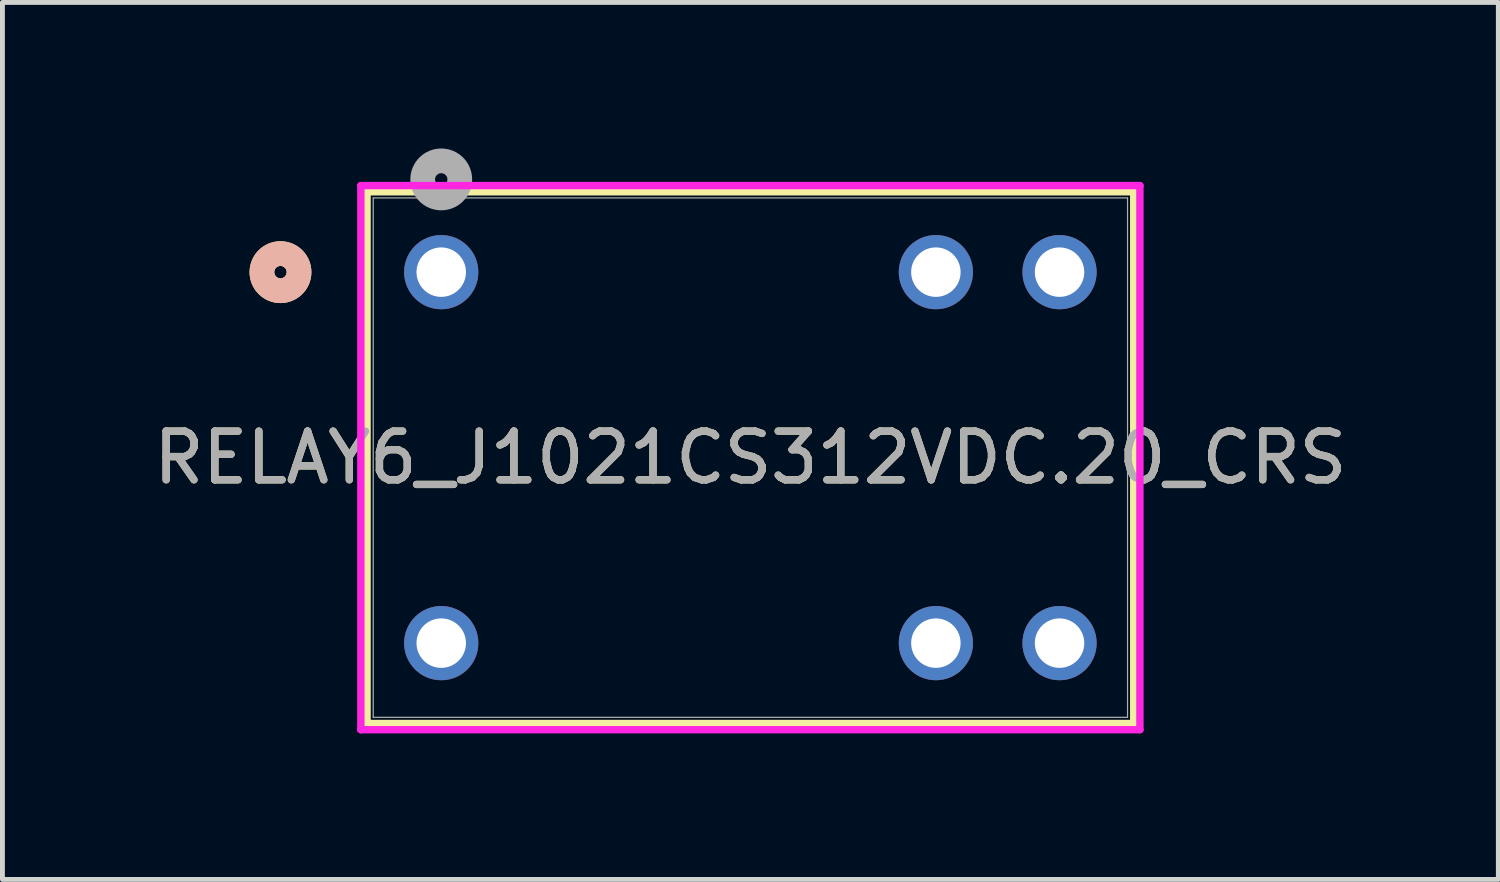
<source format=kicad_pcb>
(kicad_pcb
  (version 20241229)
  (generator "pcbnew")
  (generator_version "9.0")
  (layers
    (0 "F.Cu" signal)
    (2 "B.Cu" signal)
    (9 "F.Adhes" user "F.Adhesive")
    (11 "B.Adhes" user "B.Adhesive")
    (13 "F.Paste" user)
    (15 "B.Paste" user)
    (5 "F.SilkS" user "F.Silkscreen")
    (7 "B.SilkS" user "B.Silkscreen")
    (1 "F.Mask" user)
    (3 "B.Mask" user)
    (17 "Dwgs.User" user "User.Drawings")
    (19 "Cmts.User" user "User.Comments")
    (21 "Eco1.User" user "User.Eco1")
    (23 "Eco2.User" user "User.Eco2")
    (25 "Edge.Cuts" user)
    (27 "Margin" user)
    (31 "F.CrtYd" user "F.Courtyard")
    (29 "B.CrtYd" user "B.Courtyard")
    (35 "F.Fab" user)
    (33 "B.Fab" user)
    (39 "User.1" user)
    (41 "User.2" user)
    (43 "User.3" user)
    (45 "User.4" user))
  (footprint "RELAY6_J1021CS312VDC.20_CRS"
    (layer "F.Cu")
    (at 6.013 2.54)
    (property "Reference" "RELAY6_J1021CS312VDC.20_CRS" (at 6.35 3.81 0) (unlocked yes) (layer "F.SilkS") (effects (font (size 1 1) (thickness 0.15))))
    (attr through_hole)
    (fp_line (start -1.524 -1.651) (end -1.524 9.271) (stroke (width 0.152) (type solid)) (layer "F.SilkS"))
    (fp_line (start -1.524 9.271) (end 14.224 9.271) (stroke (width 0.152) (type solid)) (layer "F.SilkS"))
    (fp_line (start 14.224 -1.651) (end -1.524 -1.651) (stroke (width 0.152) (type solid)) (layer "F.SilkS"))
    (fp_line (start 14.224 9.271) (end 14.224 -1.651) (stroke (width 0.152) (type solid)) (layer "F.SilkS"))
    (fp_circle (center -3.302 0) (end -2.921 0) (stroke (width 0.508) (type solid)) (fill no) (layer "F.SilkS"))
    (fp_circle (center -3.302 0) (end -2.921 0) (stroke (width 0.508) (type solid)) (fill no) (layer "B.SilkS"))
    (fp_line (start -1.651 -1.778) (end -1.651 9.398) (stroke (width 0.152) (type solid)) (layer "F.CrtYd"))
    (fp_line (start -1.651 9.398) (end 14.351 9.398) (stroke (width 0.152) (type solid)) (layer "F.CrtYd"))
    (fp_line (start 14.351 -1.778) (end -1.651 -1.778) (stroke (width 0.152) (type solid)) (layer "F.CrtYd"))
    (fp_line (start 14.351 9.398) (end 14.351 -1.778) (stroke (width 0.152) (type solid)) (layer "F.CrtYd"))
    (fp_line (start -1.397 -1.524) (end -1.397 9.144) (stroke (width 0.025) (type solid)) (layer "F.Fab"))
    (fp_line (start -1.397 9.144) (end 14.097 9.144) (stroke (width 0.025) (type solid)) (layer "F.Fab"))
    (fp_line (start 14.097 -1.524) (end -1.397 -1.524) (stroke (width 0.025) (type solid)) (layer "F.Fab"))
    (fp_line (start 14.097 9.144) (end 14.097 -1.524) (stroke (width 0.025) (type solid)) (layer "F.Fab"))
    (fp_circle (center 0 -1.905) (end 0.381 -1.905) (stroke (width 0.508) (type solid)) (fill no) (layer "F.Fab"))
    (fp_text user "${REFERENCE}" (at 6.35 3.81 0) (unlocked yes) (layer "F.Fab") (effects (font (size 1 1) (thickness 0.15))))
    (pad "1" thru_hole circle (at 0 0) (size 1.524 1.524) (drill 1.016) (layers "*.Cu" "*.Mask"))
    (pad "5" thru_hole circle (at 10.16 0) (size 1.524 1.524) (drill 1.016) (layers "*.Cu" "*.Mask"))
    (pad "6" thru_hole circle (at 12.7 0) (size 1.524 1.524) (drill 1.016) (layers "*.Cu" "*.Mask"))
    (pad "7" thru_hole circle (at 0 7.62) (size 1.524 1.524) (drill 1.016) (layers "*.Cu" "*.Mask"))
    (pad "11" thru_hole circle (at 10.16 7.62) (size 1.524 1.524) (drill 1.016) (layers "*.Cu" "*.Mask"))
    (pad "12" thru_hole circle (at 12.7 7.62) (size 1.524 1.524) (drill 1.016) (layers "*.Cu" "*.Mask")))
  (gr_rect
    (start -3 -3)
    (end 27.726 15.014)
    (stroke (width 0.1) (type default))
    (fill no)
    (layer "Edge.Cuts")))
</source>
